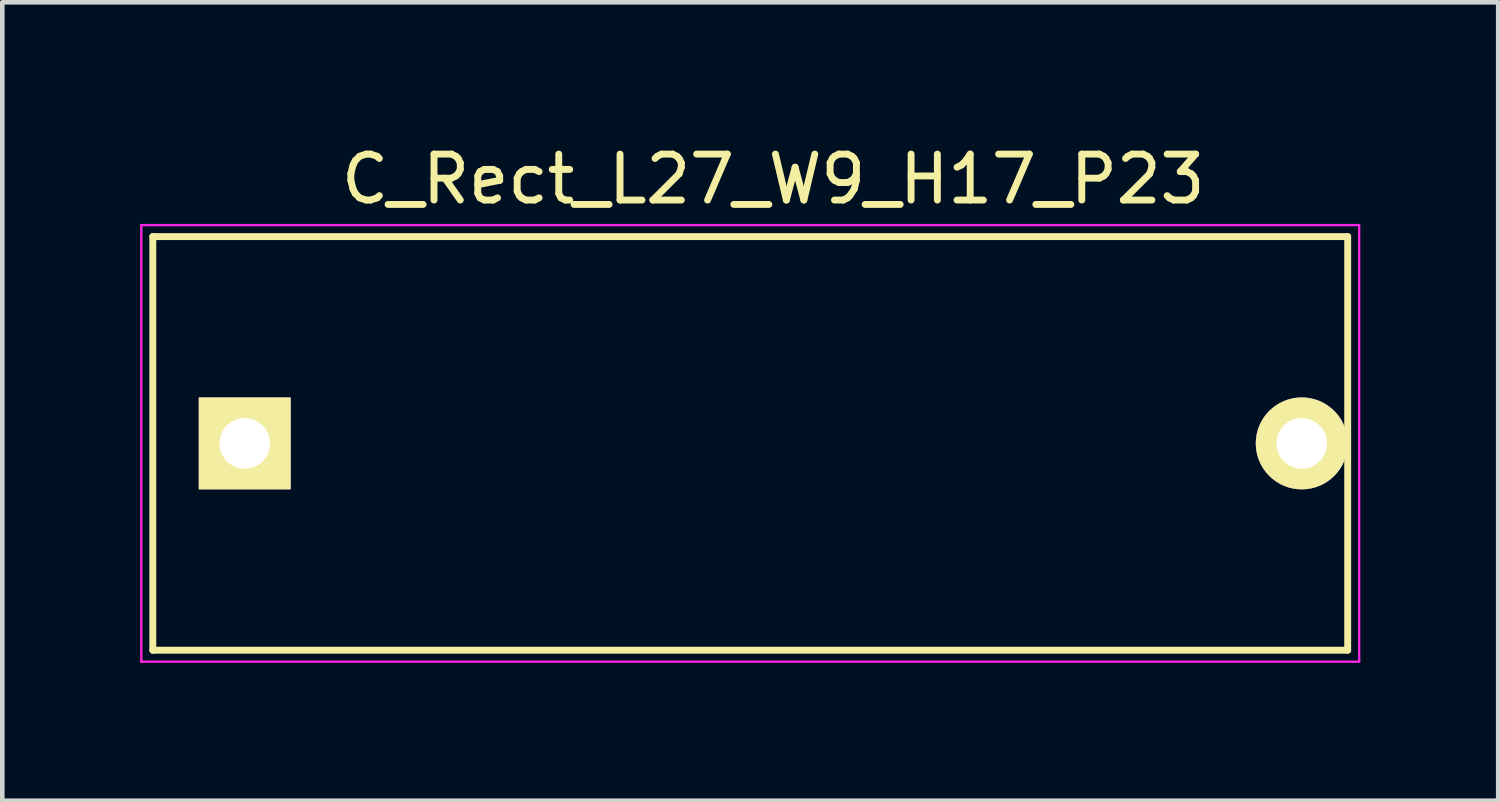
<source format=kicad_pcb>
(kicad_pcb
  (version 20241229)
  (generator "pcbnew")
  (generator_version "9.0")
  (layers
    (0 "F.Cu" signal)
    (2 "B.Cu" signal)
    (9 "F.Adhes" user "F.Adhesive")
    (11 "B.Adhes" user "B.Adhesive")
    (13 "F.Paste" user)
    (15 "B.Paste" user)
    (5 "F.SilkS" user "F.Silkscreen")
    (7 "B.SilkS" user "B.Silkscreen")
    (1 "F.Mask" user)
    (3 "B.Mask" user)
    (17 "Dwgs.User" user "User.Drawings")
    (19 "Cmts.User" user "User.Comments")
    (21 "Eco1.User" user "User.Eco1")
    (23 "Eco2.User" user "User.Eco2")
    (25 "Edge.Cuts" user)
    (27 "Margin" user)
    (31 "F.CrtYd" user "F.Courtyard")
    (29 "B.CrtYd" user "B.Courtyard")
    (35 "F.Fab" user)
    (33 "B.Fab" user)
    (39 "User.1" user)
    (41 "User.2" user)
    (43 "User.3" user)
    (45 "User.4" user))
  (footprint "C_Rect_L27_W9_H17_P23"
    (layer "F.Cu")
    (at 2.275 6.598)
    (property "Reference" "C_Rect_L27_W9_H17_P23" (at 11.5 -5.75 0) (layer "F.SilkS") (effects (font (size 1 1) (thickness 0.15))))
    (attr through_hole)
    (fp_line (start -2 -4.5) (end 24 -4.5) (stroke (width 0.15) (type solid)) (layer "F.SilkS"))
    (fp_line (start -2 4.5) (end -2 -4.5) (stroke (width 0.15) (type solid)) (layer "F.SilkS"))
    (fp_line (start 24 -4.5) (end 24 4.5) (stroke (width 0.15) (type solid)) (layer "F.SilkS"))
    (fp_line (start 24 4.5) (end -2 4.5) (stroke (width 0.15) (type solid)) (layer "F.SilkS"))
    (fp_line (start -2.25 -4.75) (end 24.25 -4.75) (stroke (width 0.05) (type solid)) (layer "F.CrtYd"))
    (fp_line (start -2.25 4.75) (end -2.25 -4.75) (stroke (width 0.05) (type solid)) (layer "F.CrtYd"))
    (fp_line (start 24.25 -4.75) (end 24.25 4.75) (stroke (width 0.05) (type solid)) (layer "F.CrtYd"))
    (fp_line (start 24.25 4.75) (end -2.25 4.75) (stroke (width 0.05) (type solid)) (layer "F.CrtYd"))
    (pad "1" thru_hole rect (at 0 0) (size 2 2) (drill 1.1) (layers "*.Cu" "*.Mask" "F.SilkS"))
    (pad "2" thru_hole circle (at 23 0) (size 2 2) (drill 1.1) (layers "*.Cu" "*.Mask" "F.SilkS")))
  (gr_rect
    (start -3 -3)
    (end 29.55 14.373)
    (stroke (width 0.1) (type default))
    (fill no)
    (layer "Edge.Cuts")))
</source>
